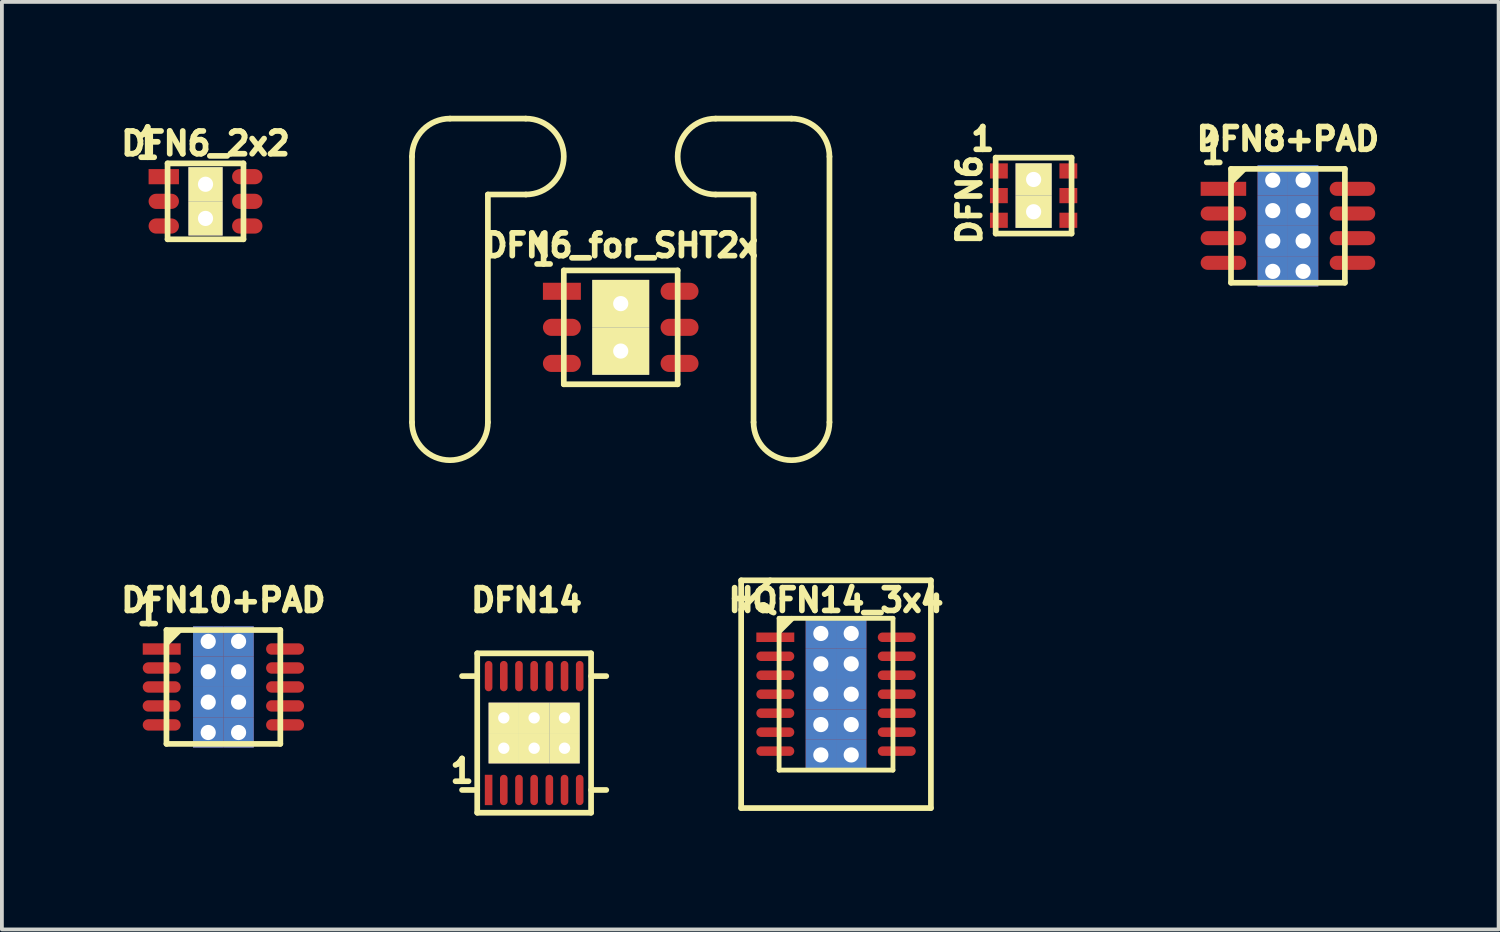
<source format=kicad_pcb>
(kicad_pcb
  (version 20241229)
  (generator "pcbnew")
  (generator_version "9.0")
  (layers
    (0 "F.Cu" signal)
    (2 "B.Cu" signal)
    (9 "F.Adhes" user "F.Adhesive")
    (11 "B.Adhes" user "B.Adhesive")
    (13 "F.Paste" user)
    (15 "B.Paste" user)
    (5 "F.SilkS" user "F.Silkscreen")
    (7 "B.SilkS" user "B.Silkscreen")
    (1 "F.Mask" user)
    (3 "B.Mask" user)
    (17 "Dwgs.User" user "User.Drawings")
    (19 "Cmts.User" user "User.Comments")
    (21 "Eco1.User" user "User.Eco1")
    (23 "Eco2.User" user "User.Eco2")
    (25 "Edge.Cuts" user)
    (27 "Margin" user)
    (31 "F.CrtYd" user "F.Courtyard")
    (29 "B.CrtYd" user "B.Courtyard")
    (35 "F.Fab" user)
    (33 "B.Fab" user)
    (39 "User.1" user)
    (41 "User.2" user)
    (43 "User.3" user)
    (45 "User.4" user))
  (footprint "DFN10+PAD"
    (layer "F.Cu")
    (at 2.836 15.05)
    (property "Reference" "DFN10+PAD" (at 0 -2.286 0) (layer "F.SilkS") (effects (font (size 0.6 0.6) (thickness 0.15))))
    (attr through_hole)
    (fp_line (start -1.5 -1.5) (end 1.5 -1.5) (stroke (width 0.15) (type solid)) (layer "F.SilkS"))
    (fp_line (start -1.5 1.5) (end -1.5 -1.5) (stroke (width 0.15) (type solid)) (layer "F.SilkS"))
    (fp_line (start -1.48 -1.17) (end -1.17 -1.48) (stroke (width 0.15) (type solid)) (layer "F.SilkS"))
    (fp_line (start -1.333 -1.46) (end -1.46 -1.333) (stroke (width 0.15) (type solid)) (layer "F.SilkS"))
    (fp_line (start 1.5 -1.5) (end 1.5 1.5) (stroke (width 0.15) (type solid)) (layer "F.SilkS"))
    (fp_line (start 1.5 1.5) (end -1.5 1.5) (stroke (width 0.15) (type solid)) (layer "F.SilkS"))
    (fp_text user "1" (at -1.968 -2.032 0) (layer "F.SilkS") (effects (font (size 0.8 0.6) (thickness 0.15))))
    (pad "1" smd rect (at -1.625 -1) (size 1 0.3) (layers "F.Cu" "F.Mask" "F.Paste"))
    (pad "2" smd oval (at -1.625 -0.5) (size 1 0.3) (layers "F.Cu" "F.Mask" "F.Paste"))
    (pad "3" smd oval (at -1.625 0) (size 1 0.3) (layers "F.Cu" "F.Mask" "F.Paste"))
    (pad "4" smd oval (at -1.627 0.5) (size 1 0.3) (layers "F.Cu" "F.Mask" "F.Paste"))
    (pad "5" smd oval (at -1.625 1) (size 1 0.3) (layers "F.Cu" "F.Mask" "F.Paste"))
    (pad "6" smd oval (at 1.625 1) (size 1 0.3) (layers "F.Cu" "F.Mask" "F.Paste"))
    (pad "7" smd oval (at 1.625 0.5) (size 1 0.3) (layers "F.Cu" "F.Mask" "F.Paste"))
    (pad "8" smd oval (at 1.625 0) (size 1 0.3) (layers "F.Cu" "F.Mask" "F.Paste"))
    (pad "9" smd oval (at 1.625 -0.5) (size 1 0.3) (layers "F.Cu" "F.Mask" "F.Paste"))
    (pad "10" smd oval (at 1.625 -1) (size 1 0.3) (layers "F.Cu" "F.Mask" "F.Paste"))
    (pad "PAD" thru_hole rect (at -0.4 -1.2) (size 0.8 0.8) (drill 0.4) (layers "*.Cu" "F.Mask" "F.Paste"))
    (pad "PAD" thru_hole rect (at -0.4 -0.4) (size 0.8 0.8) (drill 0.4) (layers "*.Cu" "F.Mask" "F.Paste"))
    (pad "PAD" thru_hole rect (at -0.4 0.4) (size 0.8 0.8) (drill 0.4) (layers "*.Cu" "F.Mask" "F.Paste"))
    (pad "PAD" thru_hole rect (at -0.4 1.2) (size 0.8 0.8) (drill 0.4) (layers "*.Cu" "F.Mask" "F.Paste"))
    (pad "PAD" thru_hole rect (at 0.4 -1.2) (size 0.8 0.8) (drill 0.4) (layers "*.Cu" "F.Mask" "F.Paste"))
    (pad "PAD" thru_hole rect (at 0.4 -0.4) (size 0.8 0.8) (drill 0.4) (layers "*.Cu" "F.Mask" "F.Paste"))
    (pad "PAD" thru_hole rect (at 0.4 0.4) (size 0.8 0.8) (drill 0.4) (layers "*.Cu" "F.Mask" "F.Paste"))
    (pad "PAD" thru_hole rect (at 0.4 1.2) (size 0.8 0.8) (drill 0.4) (layers "*.Cu" "F.Mask" "F.Paste")))
  (footprint "DFN8+PAD"
    (layer "F.Cu")
    (at 30.885 2.9)
    (property "Reference" "DFN8+PAD" (at 0 -2.286 0) (layer "F.SilkS") (effects (font (size 0.6 0.6) (thickness 0.15))))
    (attr through_hole)
    (fp_line (start -1.5 -1.5) (end 1.5 -1.5) (stroke (width 0.15) (type solid)) (layer "F.SilkS"))
    (fp_line (start -1.5 1.5) (end -1.5 -1.5) (stroke (width 0.15) (type solid)) (layer "F.SilkS"))
    (fp_line (start -1.48 -1.17) (end -1.17 -1.48) (stroke (width 0.15) (type solid)) (layer "F.SilkS"))
    (fp_line (start -1.333 -1.46) (end -1.46 -1.333) (stroke (width 0.15) (type solid)) (layer "F.SilkS"))
    (fp_line (start 1.5 -1.5) (end 1.5 1.5) (stroke (width 0.15) (type solid)) (layer "F.SilkS"))
    (fp_line (start 1.5 1.5) (end -1.5 1.5) (stroke (width 0.15) (type solid)) (layer "F.SilkS"))
    (fp_text user "1" (at -1.968 -2.032 0) (layer "F.SilkS") (effects (font (size 0.8 0.6) (thickness 0.15))))
    (pad "1" smd rect (at -1.7 -0.975) (size 1.2 0.37) (layers "F.Cu" "F.Mask" "F.Paste"))
    (pad "2" smd oval (at -1.7 -0.325) (size 1.2 0.37) (layers "F.Cu" "F.Mask" "F.Paste"))
    (pad "3" smd oval (at -1.7 0.325) (size 1.2 0.37) (layers "F.Cu" "F.Mask" "F.Paste"))
    (pad "4" smd oval (at -1.7 0.975) (size 1.2 0.37) (layers "F.Cu" "F.Mask" "F.Paste"))
    (pad "5" smd oval (at 1.7 0.975) (size 1.2 0.37) (layers "F.Cu" "F.Mask" "F.Paste"))
    (pad "6" smd oval (at 1.7 0.325) (size 1.2 0.37) (layers "F.Cu" "F.Mask" "F.Paste"))
    (pad "7" smd oval (at 1.7 -0.325) (size 1.2 0.37) (layers "F.Cu" "F.Mask" "F.Paste"))
    (pad "8" smd oval (at 1.7 -0.975) (size 1.2 0.37) (layers "F.Cu" "F.Mask" "F.Paste"))
    (pad "PAD" thru_hole rect (at -0.4 -1.2) (size 0.8 0.8) (drill 0.4) (layers "*.Cu" "F.Mask" "F.Paste"))
    (pad "PAD" thru_hole rect (at -0.4 -0.4) (size 0.8 0.8) (drill 0.4) (layers "*.Cu" "F.Mask" "F.Paste"))
    (pad "PAD" thru_hole rect (at -0.4 0.4) (size 0.8 0.8) (drill 0.4) (layers "*.Cu" "F.Mask" "F.Paste"))
    (pad "PAD" thru_hole rect (at -0.4 1.2) (size 0.8 0.8) (drill 0.4) (layers "*.Cu" "F.Mask" "F.Paste"))
    (pad "PAD" thru_hole rect (at 0.4 -1.2) (size 0.8 0.8) (drill 0.4) (layers "*.Cu" "F.Mask" "F.Paste"))
    (pad "PAD" thru_hole rect (at 0.4 -0.4) (size 0.8 0.8) (drill 0.4) (layers "*.Cu" "F.Mask" "F.Paste"))
    (pad "PAD" thru_hole rect (at 0.4 0.4) (size 0.8 0.8) (drill 0.4) (layers "*.Cu" "F.Mask" "F.Paste"))
    (pad "PAD" thru_hole rect (at 0.4 1.2) (size 0.8 0.8) (drill 0.4) (layers "*.Cu" "F.Mask" "F.Paste")))
  (footprint "DFN6_for_SHT2x"
    (layer "F.Cu")
    (at 13.305 5.575)
    (property "Reference" "DFN6_for_SHT2x" (at 0 -2.159 180) (layer "F.SilkS") (effects (font (size 0.6 0.6) (thickness 0.15))))
    (attr through_hole)
    (fp_line (start -5.5 -4.5) (end -5.5 2.5) (stroke (width 0.15) (type solid)) (layer "F.SilkS"))
    (fp_line (start -3.5 2.5) (end -3.5 -3.5) (stroke (width 0.15) (type solid)) (layer "F.SilkS"))
    (fp_line (start -2.5 -5.5) (end -4.5 -5.5) (stroke (width 0.15) (type solid)) (layer "F.SilkS"))
    (fp_line (start -2.5 -3.5) (end -3.5 -3.5) (stroke (width 0.15) (type solid)) (layer "F.SilkS"))
    (fp_line (start -1.5 -1.5) (end 1.5 -1.5) (stroke (width 0.15) (type solid)) (layer "F.SilkS"))
    (fp_line (start -1.5 1.5) (end -1.5 -1.5) (stroke (width 0.15) (type solid)) (layer "F.SilkS"))
    (fp_line (start 1.5 -1.5) (end 1.5 1.5) (stroke (width 0.15) (type solid)) (layer "F.SilkS"))
    (fp_line (start 1.5 1.5) (end -1.5 1.5) (stroke (width 0.15) (type solid)) (layer "F.SilkS"))
    (fp_line (start 3.5 -3.5) (end 2.5 -3.5) (stroke (width 0.15) (type solid)) (layer "F.SilkS"))
    (fp_line (start 3.5 2.5) (end 3.5 -3.5) (stroke (width 0.15) (type solid)) (layer "F.SilkS"))
    (fp_line (start 4.5 -5.5) (end 2.5 -5.5) (stroke (width 0.15) (type solid)) (layer "F.SilkS"))
    (fp_line (start 5.5 -4.5) (end 5.5 2.5) (stroke (width 0.15) (type solid)) (layer "F.SilkS"))
    (fp_arc (start -5.5 -4.5) (mid -5.207107 -5.207107) (end -4.5 -5.5) (stroke (width 0.15) (type solid)) (layer "F.SilkS"))
    (fp_arc (start -3.5 2.5) (mid -4.5 3.5) (end -5.5 2.5) (stroke (width 0.15) (type solid)) (layer "F.SilkS"))
    (fp_arc (start -2.5 -5.5) (mid -1.5 -4.5) (end -2.5 -3.5) (stroke (width 0.15) (type solid)) (layer "F.SilkS"))
    (fp_arc (start 2.5 -3.5) (mid 1.5 -4.5) (end 2.5 -5.5) (stroke (width 0.15) (type solid)) (layer "F.SilkS"))
    (fp_arc (start 4.5 -5.5) (mid 5.207107 -5.207107) (end 5.5 -4.5) (stroke (width 0.15) (type solid)) (layer "F.SilkS"))
    (fp_arc (start 5.5 2.5) (mid 4.5 3.5) (end 3.5 2.5) (stroke (width 0.15) (type solid)) (layer "F.SilkS"))
    (fp_text user "1" (at -2.032 -2.032 0) (layer "F.SilkS") (effects (font (size 0.8 0.6) (thickness 0.15))))
    (pad "1" smd rect (at -1.55 -0.95) (size 1 0.45) (layers "F.Cu" "F.Mask" "F.Paste"))
    (pad "2" smd oval (at -1.55 0) (size 1 0.45) (layers "F.Cu" "F.Mask" "F.Paste"))
    (pad "3" smd oval (at -1.55 0.95) (size 1 0.45) (layers "F.Cu" "F.Mask" "F.Paste"))
    (pad "4" smd oval (at 1.55 0.95) (size 1 0.45) (layers "F.Cu" "F.Mask" "F.Paste"))
    (pad "5" smd oval (at 1.55 0) (size 1 0.45) (layers "F.Cu" "F.Mask" "F.Paste"))
    (pad "6" smd oval (at 1.55 -0.95) (size 1 0.45) (layers "F.Cu" "F.Mask" "F.Paste"))
    (pad "PAD" thru_hole rect (at 0 -0.625) (size 1.5 1.25) (drill 0.4) (layers "*.Cu" "F.Mask" "F.SilkS"))
    (pad "PAD" thru_hole rect (at 0 0.625) (size 1.5 1.25) (drill 0.4) (layers "*.Cu" "F.Mask" "F.SilkS")))
  (footprint "DFN14"
    (layer "F.Cu")
    (at 11.024 16.264)
    (property "Reference" "DFN14" (at -0.2 -3.5 0) (layer "F.SilkS") (effects (font (size 0.6 0.6) (thickness 0.15))))
    (attr through_hole)
    (fp_line (start -1.5 -2.1) (end 1.5 -2.1) (stroke (width 0.15) (type solid)) (layer "F.SilkS"))
    (fp_line (start -1.5 -1.5) (end -1.9 -1.5) (stroke (width 0.15) (type solid)) (layer "F.SilkS"))
    (fp_line (start -1.5 1.5) (end -1.9 1.5) (stroke (width 0.15) (type solid)) (layer "F.SilkS"))
    (fp_line (start -1.5 2.1) (end -1.5 -2.1) (stroke (width 0.15) (type solid)) (layer "F.SilkS"))
    (fp_line (start 1.5 -2.1) (end 1.5 2.1) (stroke (width 0.15) (type solid)) (layer "F.SilkS"))
    (fp_line (start 1.5 -1.5) (end 1.9 -1.5) (stroke (width 0.15) (type solid)) (layer "F.SilkS"))
    (fp_line (start 1.5 1.5) (end 1.9 1.5) (stroke (width 0.15) (type solid)) (layer "F.SilkS"))
    (fp_line (start 1.5 2.1) (end -1.5 2.1) (stroke (width 0.15) (type solid)) (layer "F.SilkS"))
    (fp_text user "1" (at -1.9 1 0) (layer "F.SilkS") (effects (font (size 0.6 0.6) (thickness 0.15))))
    (pad "1" smd rect (at -1.2 1.5) (size 0.2 0.8) (layers "F.Cu" "F.Mask" "F.Paste"))
    (pad "2" smd oval (at -0.8 1.5) (size 0.2 0.8) (layers "F.Cu" "F.Mask" "F.Paste"))
    (pad "3" smd oval (at -0.4 1.5) (size 0.2 0.8) (layers "F.Cu" "F.Mask" "F.Paste"))
    (pad "4" smd oval (at 0 1.5) (size 0.2 0.8) (layers "F.Cu" "F.Mask" "F.Paste"))
    (pad "5" smd oval (at 0.4 1.5) (size 0.2 0.8) (layers "F.Cu" "F.Mask" "F.Paste"))
    (pad "6" smd oval (at 0.8 1.5) (size 0.2 0.8) (layers "F.Cu" "F.Mask" "F.Paste"))
    (pad "7" smd oval (at 1.2 1.5) (size 0.2 0.8) (layers "F.Cu" "F.Mask" "F.Paste"))
    (pad "8" smd oval (at 1.2 -1.5) (size 0.2 0.8) (layers "F.Cu" "F.Mask" "F.Paste"))
    (pad "9" smd oval (at 0.8 -1.5) (size 0.2 0.8) (layers "F.Cu" "F.Mask" "F.Paste"))
    (pad "10" smd oval (at 0.4 -1.5) (size 0.2 0.8) (layers "F.Cu" "F.Mask" "F.Paste"))
    (pad "11" smd oval (at 0 -1.5) (size 0.2 0.8) (layers "F.Cu" "F.Mask" "F.Paste"))
    (pad "12" smd oval (at -0.4 -1.5) (size 0.2 0.8) (layers "F.Cu" "F.Mask" "F.Paste"))
    (pad "13" smd oval (at -0.8 -1.5) (size 0.2 0.8) (layers "F.Cu" "F.Mask" "F.Paste"))
    (pad "14" smd oval (at -1.2 -1.5) (size 0.2 0.8) (layers "F.Cu" "F.Mask" "F.Paste"))
    (pad "PAD" thru_hole rect (at -0.8 -0.4) (size 0.8 0.8) (drill 0.3) (layers "*.Cu" "*.Mask" "F.SilkS"))
    (pad "PAD" thru_hole rect (at -0.8 0.4) (size 0.8 0.8) (drill 0.3) (layers "*.Cu" "*.Mask" "F.SilkS"))
    (pad "PAD" thru_hole rect (at 0 -0.4) (size 0.8 0.8) (drill 0.3) (layers "*.Cu" "*.Mask" "F.SilkS"))
    (pad "PAD" thru_hole rect (at 0 0.4) (size 0.8 0.8) (drill 0.3) (layers "*.Cu" "*.Mask" "F.SilkS"))
    (pad "PAD" thru_hole rect (at 0.8 -0.4) (size 0.8 0.8) (drill 0.3) (layers "*.Cu" "*.Mask" "F.SilkS"))
    (pad "PAD" thru_hole rect (at 0.8 0.4) (size 0.8 0.8) (drill 0.3) (layers "*.Cu" "*.Mask" "F.SilkS")))
  (footprint "DFN6"
    (layer "F.Cu")
    (at 24.184 2.104)
    (property "Reference" "DFN6" (at -1.69 0.11 90) (layer "F.SilkS") (effects (font (size 0.6 0.6) (thickness 0.15))))
    (attr through_hole)
    (fp_line (start -1 -1) (end 1 -1) (stroke (width 0.15) (type solid)) (layer "F.SilkS"))
    (fp_line (start -1 1) (end -1 -1) (stroke (width 0.15) (type solid)) (layer "F.SilkS"))
    (fp_line (start 1 -1) (end 1 1) (stroke (width 0.15) (type solid)) (layer "F.SilkS"))
    (fp_line (start 1 1) (end -1 1) (stroke (width 0.15) (type solid)) (layer "F.SilkS"))
    (fp_text user "1" (at -1.34 -1.49 0) (layer "F.SilkS") (effects (font (size 0.6 0.6) (thickness 0.15))))
    (pad "1" smd rect (at -0.915 -0.65) (size 0.47 0.4) (layers "F.Cu" "F.Mask" "F.Paste"))
    (pad "2" smd rect (at -0.915 0) (size 0.47 0.4) (layers "F.Cu" "F.Mask" "F.Paste"))
    (pad "3" smd rect (at -0.915 0.65) (size 0.47 0.4) (layers "F.Cu" "F.Mask" "F.Paste"))
    (pad "4" smd rect (at 0.915 0.65) (size 0.47 0.4) (layers "F.Cu" "F.Mask" "F.Paste"))
    (pad "5" smd rect (at 0.915 0) (size 0.47 0.4) (layers "F.Cu" "F.Mask" "F.Paste"))
    (pad "6" smd rect (at 0.915 -0.65) (size 0.47 0.4) (layers "F.Cu" "F.Mask" "F.Paste"))
    (pad "PAD" thru_hole rect (at 0 -0.425) (size 0.95 0.85) (drill 0.4) (layers "*.Cu" "F.Mask" "F.SilkS"))
    (pad "PAD" thru_hole rect (at 0 0.425) (size 0.95 0.85) (drill 0.4) (layers "*.Cu" "F.Mask" "F.SilkS")))
  (footprint "HQFN14_3x4"
    (layer "F.Cu")
    (at 18.978 15.241)
    (property "Reference" "HQFN14_3x4" (at 0 -2.477 0) (layer "F.SilkS") (effects (font (size 0.6 0.6) (thickness 0.15))))
    (attr through_hole)
    (fp_line (start -2.5 -3) (end -2.5 3) (stroke (width 0.15) (type solid)) (layer "F.SilkS"))
    (fp_line (start -2.5 -2.228) (end -1.735 -3) (stroke (width 0.15) (type solid)) (layer "F.SilkS"))
    (fp_line (start -1.5 -2) (end 1.5 -2) (stroke (width 0.127) (type solid)) (layer "F.SilkS"))
    (fp_line (start -1.5 2) (end -1.5 -2) (stroke (width 0.127) (type solid)) (layer "F.SilkS"))
    (fp_line (start -1.48 -1.678) (end -1.17 -1.988) (stroke (width 0.15) (type solid)) (layer "F.SilkS"))
    (fp_line (start -1.333 -1.968) (end -1.46 -1.841) (stroke (width 0.15) (type solid)) (layer "F.SilkS"))
    (fp_line (start 1.5 -2) (end 1.5 2) (stroke (width 0.127) (type solid)) (layer "F.SilkS"))
    (fp_line (start 1.5 2) (end -1.5 2) (stroke (width 0.127) (type solid)) (layer "F.SilkS"))
    (fp_line (start 2.5 -3) (end -2.5 -3) (stroke (width 0.15) (type solid)) (layer "F.SilkS"))
    (fp_line (start 2.5 -3) (end 2.5 3) (stroke (width 0.15) (type solid)) (layer "F.SilkS"))
    (fp_line (start 2.5 3) (end -2.5 3) (stroke (width 0.15) (type solid)) (layer "F.SilkS"))
    (pad "1" smd rect (at -1.6 -1.5) (size 1 0.25) (layers "F.Cu" "F.Mask" "F.Paste"))
    (pad "2" smd oval (at -1.6 -1) (size 1 0.25) (layers "F.Cu" "F.Mask" "F.Paste"))
    (pad "3" smd oval (at -1.6 -0.5) (size 1 0.25) (layers "F.Cu" "F.Mask" "F.Paste"))
    (pad "4" smd oval (at -1.6 0) (size 1 0.25) (layers "F.Cu" "F.Mask" "F.Paste"))
    (pad "5" smd oval (at -1.6 0.5) (size 1 0.25) (layers "F.Cu" "F.Mask" "F.Paste"))
    (pad "6" smd oval (at -1.6 1) (size 1 0.25) (layers "F.Cu" "F.Mask" "F.Paste"))
    (pad "7" smd oval (at -1.6 1.5) (size 1 0.25) (layers "F.Cu" "F.Mask" "F.Paste"))
    (pad "8" smd oval (at 1.6 1.5) (size 1 0.25) (layers "F.Cu" "F.Mask" "F.Paste"))
    (pad "9" smd oval (at 1.6 1) (size 1 0.25) (layers "F.Cu" "F.Mask" "F.Paste"))
    (pad "10" smd oval (at 1.6 0.5) (size 1 0.25) (layers "F.Cu" "F.Mask" "F.Paste"))
    (pad "11" smd oval (at 1.6 0) (size 1 0.25) (layers "F.Cu" "F.Mask" "F.Paste"))
    (pad "12" smd oval (at 1.6 -0.5) (size 1 0.25) (layers "F.Cu" "F.Mask" "F.Paste"))
    (pad "13" smd oval (at 1.6 -1) (size 1 0.25) (layers "F.Cu" "F.Mask" "F.Paste"))
    (pad "14" smd oval (at 1.6 -1.5) (size 1 0.25) (layers "F.Cu" "F.Mask" "F.Paste"))
    (pad "PAD" thru_hole rect (at -0.4 -1.6) (size 0.8 0.8) (drill 0.4) (layers "*.Cu" "F.Mask" "F.Paste"))
    (pad "PAD" thru_hole rect (at -0.4 -0.8) (size 0.8 0.8) (drill 0.4) (layers "*.Cu" "F.Mask" "F.Paste"))
    (pad "PAD" thru_hole rect (at -0.4 0) (size 0.8 0.8) (drill 0.4) (layers "*.Cu" "F.Mask" "F.Paste"))
    (pad "PAD" thru_hole rect (at -0.4 0.8) (size 0.8 0.8) (drill 0.4) (layers "*.Cu" "F.Mask" "F.Paste"))
    (pad "PAD" thru_hole rect (at -0.4 1.6) (size 0.8 0.8) (drill 0.4) (layers "*.Cu" "F.Mask" "F.Paste"))
    (pad "PAD" thru_hole rect (at 0.4 -1.6) (size 0.8 0.8) (drill 0.4) (layers "*.Cu" "F.Mask" "F.Paste"))
    (pad "PAD" thru_hole rect (at 0.4 -0.8) (size 0.8 0.8) (drill 0.4) (layers "*.Cu" "F.Mask" "F.Paste"))
    (pad "PAD" thru_hole rect (at 0.4 0) (size 0.8 0.8) (drill 0.4) (layers "*.Cu" "F.Mask" "F.Paste"))
    (pad "PAD" thru_hole rect (at 0.4 0.8) (size 0.8 0.8) (drill 0.4) (layers "*.Cu" "F.Mask" "F.Paste"))
    (pad "PAD" thru_hole rect (at 0.4 1.6) (size 0.8 0.8) (drill 0.4) (layers "*.Cu" "F.Mask" "F.Paste")))
  (footprint "DFN6_2x2"
    (layer "F.Cu")
    (at 2.365 2.255)
    (property "Reference" "DFN6_2x2" (at 0 -1.524 180) (layer "F.SilkS") (effects (font (size 0.6 0.6) (thickness 0.15))))
    (attr through_hole)
    (fp_line (start -1 -1) (end 1 -1) (stroke (width 0.15) (type solid)) (layer "F.SilkS"))
    (fp_line (start -1 1) (end -1 -1) (stroke (width 0.15) (type solid)) (layer "F.SilkS"))
    (fp_line (start 1 -1) (end 1 1) (stroke (width 0.15) (type solid)) (layer "F.SilkS"))
    (fp_line (start 1 1) (end -1 1) (stroke (width 0.15) (type solid)) (layer "F.SilkS"))
    (fp_text user "1" (at -1.524 -1.524 0) (layer "F.SilkS") (effects (font (size 0.8 0.6) (thickness 0.15))))
    (pad "1" smd rect (at -1.1 -0.65) (size 0.8 0.4) (layers "F.Cu" "F.Mask" "F.Paste"))
    (pad "2" smd oval (at -1.1 0) (size 0.8 0.4) (layers "F.Cu" "F.Mask" "F.Paste"))
    (pad "3" smd oval (at -1.1 0.65) (size 0.8 0.4) (layers "F.Cu" "F.Mask" "F.Paste"))
    (pad "4" smd oval (at 1.1 0.65) (size 0.8 0.4) (layers "F.Cu" "F.Mask" "F.Paste"))
    (pad "5" smd oval (at 1.1 0) (size 0.8 0.4) (layers "F.Cu" "F.Mask" "F.Paste"))
    (pad "6" smd oval (at 1.1 -0.65) (size 0.8 0.4) (layers "F.Cu" "F.Mask" "F.Paste"))
    (pad "PAD" thru_hole rect (at 0 -0.45) (size 0.9 0.9) (drill 0.4) (layers "*.Cu" "F.Mask" "F.SilkS"))
    (pad "PAD" thru_hole rect (at 0 0.45) (size 0.9 0.9) (drill 0.4) (layers "*.Cu" "F.Mask" "F.SilkS")))
  (gr_rect
    (start -3 -3)
    (end 36.436 21.439)
    (stroke (width 0.1) (type default))
    (fill no)
    (layer "Edge.Cuts")))
</source>
